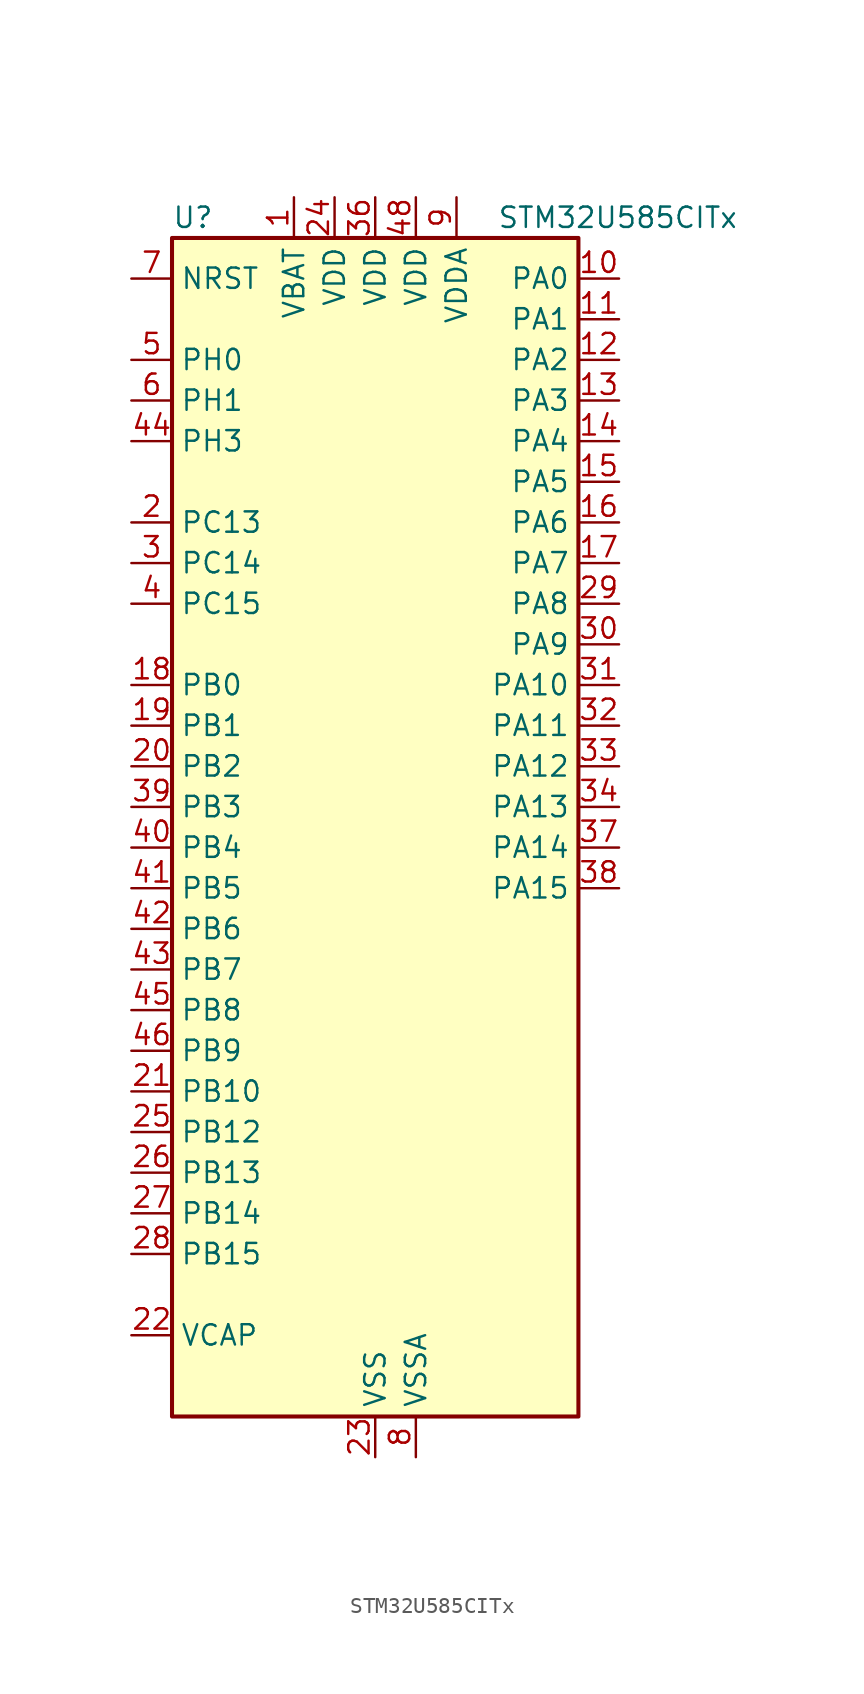
<source format=kicad_sym>
(kicad_symbol_lib
  (version 20211014)
  (generator kicad-library-utils)
  (symbol "STM32U585CITx"
    (property "Reference" "U"
      (at -12.7 39.37 0)
      (effects (font (size 1.27 1.27)) (justify left)))
    (property "Value" "STM32U585CITx"
      (at 7.62 39.37 0)
      (effects (font (size 1.27 1.27)) (justify left)))
    (property "ki_fp_filters" "LQFP*7x7mm*P0.5mm*"
      (at 0.0 0.0 0.0)
      (effects (font (size 1.27 1.27))))
    (symbol "STM32U585CITx_0_1"
      (rectangle (start -12.7 -35.56) (end 12.7 38.1) (stroke (width 0.254)) (fill (type background))))
    (symbol "STM32U585CITx_1_1"
      (pin input line (at -15.24 35.56 0) (length 2.54) (name "NRST" (effects (font (size 1.27 1.27)))) (number "7" (effects (font (size 1.27 1.27)))))
      (pin bidirectional line (at -15.24 30.48 0) (length 2.54) (name "PH0" (effects (font (size 1.27 1.27)))) (number "5" (effects (font (size 1.27 1.27)))) (alternate "RCC_OSC_IN" bidirectional line))
      (pin bidirectional line (at -15.24 27.94 0) (length 2.54) (name "PH1" (effects (font (size 1.27 1.27)))) (number "6" (effects (font (size 1.27 1.27)))) (alternate "RCC_OSC_OUT" bidirectional line))
      (pin bidirectional line (at -15.24 25.4 0) (length 2.54) (name "PH3" (effects (font (size 1.27 1.27)))) (number "44" (effects (font (size 1.27 1.27)))))
      (pin bidirectional line (at -15.24 20.32 0) (length 2.54) (name "PC13" (effects (font (size 1.27 1.27)))) (number "2" (effects (font (size 1.27 1.27)))) (alternate "PWR_WKUP2" bidirectional line) (alternate "RTC_OUT1" bidirectional line) (alternate "RTC_TS" bidirectional line) (alternate "TAMP_IN1" bidirectional line) (alternate "TAMP_OUT2" bidirectional line))
      (pin bidirectional line (at -15.24 17.78 0) (length 2.54) (name "PC14" (effects (font (size 1.27 1.27)))) (number "3" (effects (font (size 1.27 1.27)))) (alternate "RCC_OSC32_IN" bidirectional line))
      (pin bidirectional line (at -15.24 15.24 0) (length 2.54) (name "PC15" (effects (font (size 1.27 1.27)))) (number "4" (effects (font (size 1.27 1.27)))) (alternate "ADC1_EXTI15" bidirectional line) (alternate "ADC4_EXTI15" bidirectional line) (alternate "RCC_OSC32_OUT" bidirectional line))
      (pin bidirectional line (at -15.24 10.16 0) (length 2.54) (name "PB0" (effects (font (size 1.27 1.27)))) (number "18" (effects (font (size 1.27 1.27)))) (alternate "ADC1_IN15" bidirectional line) (alternate "ADC4_IN18" bidirectional line) (alternate "AUDIOCLK" bidirectional line) (alternate "COMP1_OUT" bidirectional line) (alternate "LPTIM3_CH1" bidirectional line) (alternate "OCTOSPIM_P1_IO1" bidirectional line) (alternate "OPAMP2_VOUT" bidirectional line) (alternate "SPI1_NSS" bidirectional line) (alternate "TIM1_CH2N" bidirectional line) (alternate "TIM3_CH3" bidirectional line) (alternate "TIM8_CH2N" bidirectional line) (alternate "USART3_CK" bidirectional line))
      (pin bidirectional line (at -15.24 7.62 0) (length 2.54) (name "PB1" (effects (font (size 1.27 1.27)))) (number "19" (effects (font (size 1.27 1.27)))) (alternate "ADC1_IN16" bidirectional line) (alternate "ADC4_IN19" bidirectional line) (alternate "COMP1_INM" bidirectional line) (alternate "LPTIM2_IN1" bidirectional line) (alternate "LPTIM3_CH2" bidirectional line) (alternate "LPUART1_DE" bidirectional line) (alternate "LPUART1_RTS" bidirectional line) (alternate "MDF1_SDI0" bidirectional line) (alternate "OCTOSPIM_P1_IO0" bidirectional line) (alternate "PWR_WKUP4" bidirectional line) (alternate "TIM1_CH3N" bidirectional line) (alternate "TIM3_CH4" bidirectional line) (alternate "TIM8_CH3N" bidirectional line) (alternate "USART3_DE" bidirectional line) (alternate "USART3_RTS" bidirectional line))
      (pin bidirectional line (at -15.24 5.08 0) (length 2.54) (name "PB2" (effects (font (size 1.27 1.27)))) (number "20" (effects (font (size 1.27 1.27)))) (alternate "ADC1_IN17" bidirectional line) (alternate "COMP1_INP" bidirectional line) (alternate "I2C3_SMBA" bidirectional line) (alternate "LPTIM1_CH1" bidirectional line) (alternate "MDF1_CKI0" bidirectional line) (alternate "OCTOSPIM_P1_DQS" bidirectional line) (alternate "PWR_WKUP1" bidirectional line) (alternate "RTC_OUT2" bidirectional line) (alternate "SPI1_RDY" bidirectional line) (alternate "TIM8_CH4N" bidirectional line) (alternate "UCPD1_FRSTX1" bidirectional line))
      (pin bidirectional line (at -15.24 2.54 0) (length 2.54) (name "PB3" (effects (font (size 1.27 1.27)))) (number "39" (effects (font (size 1.27 1.27)))) (alternate "ADF1_CCK0" bidirectional line) (alternate "COMP2_INM" bidirectional line) (alternate "CRS_SYNC" bidirectional line) (alternate "DEBUG_JTDO-SWO" bidirectional line) (alternate "I2C1_SDA" bidirectional line) (alternate "LPTIM1_CH1" bidirectional line) (alternate "SAI1_SCK_B" bidirectional line) (alternate "SPI1_SCK" bidirectional line) (alternate "SPI3_SCK" bidirectional line) (alternate "TIM2_CH2" bidirectional line) (alternate "USART1_DE" bidirectional line) (alternate "USART1_RTS" bidirectional line))
      (pin bidirectional line (at -15.24 0.0 0) (length 2.54) (name "PB4" (effects (font (size 1.27 1.27)))) (number "40" (effects (font (size 1.27 1.27)))) (alternate "ADF1_SDI0" bidirectional line) (alternate "COMP2_INP" bidirectional line) (alternate "DEBUG_JTRST" bidirectional line) (alternate "I2C3_SDA" bidirectional line) (alternate "LPTIM1_CH2" bidirectional line) (alternate "SAI1_MCLK_B" bidirectional line) (alternate "SPI1_MISO" bidirectional line) (alternate "SPI3_MISO" bidirectional line) (alternate "TIM17_BKIN" bidirectional line) (alternate "TIM3_CH1" bidirectional line) (alternate "TSC_G2_IO1" bidirectional line) (alternate "USART1_CTS" bidirectional line))
      (pin bidirectional line (at -15.24 -2.54 0) (length 2.54) (name "PB5" (effects (font (size 1.27 1.27)))) (number "41" (effects (font (size 1.27 1.27)))) (alternate "COMP2_OUT" bidirectional line) (alternate "I2C1_SMBA" bidirectional line) (alternate "LPTIM1_IN1" bidirectional line) (alternate "OCTOSPIM_P1_NCLK" bidirectional line) (alternate "PWR_WKUP6" bidirectional line) (alternate "SAI1_SD_B" bidirectional line) (alternate "SPI1_MOSI" bidirectional line) (alternate "SPI3_MOSI" bidirectional line) (alternate "TIM16_BKIN" bidirectional line) (alternate "TIM3_CH2" bidirectional line) (alternate "TSC_G2_IO2" bidirectional line) (alternate "UCPD1_DBCC1" bidirectional line) (alternate "USART1_CK" bidirectional line))
      (pin bidirectional line (at -15.24 -5.08 0) (length 2.54) (name "PB6" (effects (font (size 1.27 1.27)))) (number "42" (effects (font (size 1.27 1.27)))) (alternate "COMP2_INP" bidirectional line) (alternate "I2C1_SCL" bidirectional line) (alternate "I2C4_SCL" bidirectional line) (alternate "LPTIM1_ETR" bidirectional line) (alternate "MDF1_SDI5" bidirectional line) (alternate "PWR_WKUP3" bidirectional line) (alternate "SAI1_FS_B" bidirectional line) (alternate "TIM16_CH1N" bidirectional line) (alternate "TIM4_CH1" bidirectional line) (alternate "TIM8_BKIN2" bidirectional line) (alternate "TSC_G2_IO3" bidirectional line) (alternate "USART1_TX" bidirectional line))
      (pin bidirectional line (at -15.24 -7.62 0) (length 2.54) (name "PB7" (effects (font (size 1.27 1.27)))) (number "43" (effects (font (size 1.27 1.27)))) (alternate "COMP2_INM" bidirectional line) (alternate "I2C1_SDA" bidirectional line) (alternate "I2C4_SDA" bidirectional line) (alternate "LPTIM1_IN2" bidirectional line) (alternate "MDF1_CKI5" bidirectional line) (alternate "PWR_PVD_IN" bidirectional line) (alternate "PWR_WKUP4" bidirectional line) (alternate "TIM17_CH1N" bidirectional line) (alternate "TIM4_CH2" bidirectional line) (alternate "TIM8_BKIN" bidirectional line) (alternate "TSC_G2_IO4" bidirectional line) (alternate "UART4_CTS" bidirectional line) (alternate "USART1_RX" bidirectional line))
      (pin bidirectional line (at -15.24 -10.16 0) (length 2.54) (name "PB8" (effects (font (size 1.27 1.27)))) (number "45" (effects (font (size 1.27 1.27)))) (alternate "FDCAN1_RX" bidirectional line) (alternate "I2C1_SCL" bidirectional line) (alternate "MDF1_CCK0" bidirectional line) (alternate "PWR_WKUP5" bidirectional line) (alternate "SAI1_CK1" bidirectional line) (alternate "SAI1_MCLK_A" bidirectional line) (alternate "SPI3_RDY" bidirectional line) (alternate "TIM16_CH1" bidirectional line) (alternate "TIM4_CH3" bidirectional line))
      (pin bidirectional line (at -15.24 -12.7 0) (length 2.54) (name "PB9" (effects (font (size 1.27 1.27)))) (number "46" (effects (font (size 1.27 1.27)))) (alternate "DAC1_EXTI9" bidirectional line) (alternate "FDCAN1_TX" bidirectional line) (alternate "I2C1_SDA" bidirectional line) (alternate "IR_OUT" bidirectional line) (alternate "SAI1_D2" bidirectional line) (alternate "SAI1_FS_A" bidirectional line) (alternate "SPI2_NSS" bidirectional line) (alternate "TIM17_CH1" bidirectional line) (alternate "TIM4_CH4" bidirectional line))
      (pin bidirectional line (at -15.24 -15.24 0) (length 2.54) (name "PB10" (effects (font (size 1.27 1.27)))) (number "21" (effects (font (size 1.27 1.27)))) (alternate "COMP1_OUT" bidirectional line) (alternate "I2C2_SCL" bidirectional line) (alternate "I2C4_SCL" bidirectional line) (alternate "LPTIM3_CH1" bidirectional line) (alternate "LPUART1_RX" bidirectional line) (alternate "OCTOSPIM_P1_CLK" bidirectional line) (alternate "PWR_WKUP8" bidirectional line) (alternate "SAI1_SCK_A" bidirectional line) (alternate "SPI2_SCK" bidirectional line) (alternate "TIM2_CH3" bidirectional line) (alternate "TSC_SYNC" bidirectional line) (alternate "USART3_TX" bidirectional line))
      (pin bidirectional line (at -15.24 -17.78 0) (length 2.54) (name "PB12" (effects (font (size 1.27 1.27)))) (number "25" (effects (font (size 1.27 1.27)))) (alternate "I2C2_SMBA" bidirectional line) (alternate "LPUART1_DE" bidirectional line) (alternate "LPUART1_RTS" bidirectional line) (alternate "MDF1_SDI1" bidirectional line) (alternate "OCTOSPIM_P1_NCLK" bidirectional line) (alternate "SPI2_NSS" bidirectional line) (alternate "TIM15_BKIN" bidirectional line) (alternate "TIM1_BKIN" bidirectional line) (alternate "TSC_G1_IO1" bidirectional line) (alternate "USART3_CK" bidirectional line))
      (pin bidirectional line (at -15.24 -20.32 0) (length 2.54) (name "PB13" (effects (font (size 1.27 1.27)))) (number "26" (effects (font (size 1.27 1.27)))) (alternate "I2C2_SCL" bidirectional line) (alternate "LPTIM3_IN1" bidirectional line) (alternate "LPUART1_CTS" bidirectional line) (alternate "MDF1_CKI1" bidirectional line) (alternate "SPI2_SCK" bidirectional line) (alternate "TIM15_CH1N" bidirectional line) (alternate "TIM1_CH1N" bidirectional line) (alternate "TSC_G1_IO2" bidirectional line) (alternate "USART3_CTS" bidirectional line))
      (pin bidirectional line (at -15.24 -22.86 0) (length 2.54) (name "PB14" (effects (font (size 1.27 1.27)))) (number "27" (effects (font (size 1.27 1.27)))) (alternate "I2C2_SDA" bidirectional line) (alternate "LPTIM3_ETR" bidirectional line) (alternate "MDF1_SDI2" bidirectional line) (alternate "SPI2_MISO" bidirectional line) (alternate "TIM15_CH1" bidirectional line) (alternate "TIM1_CH2N" bidirectional line) (alternate "TIM8_CH2N" bidirectional line) (alternate "TSC_G1_IO3" bidirectional line) (alternate "UCPD1_DBCC2" bidirectional line) (alternate "USART3_DE" bidirectional line) (alternate "USART3_RTS" bidirectional line))
      (pin bidirectional line (at -15.24 -25.4 0) (length 2.54) (name "PB15" (effects (font (size 1.27 1.27)))) (number "28" (effects (font (size 1.27 1.27)))) (alternate "ADC1_EXTI15" bidirectional line) (alternate "ADC4_EXTI15" bidirectional line) (alternate "LPTIM2_IN2" bidirectional line) (alternate "MDF1_CKI2" bidirectional line) (alternate "PWR_WKUP7" bidirectional line) (alternate "RTC_REFIN" bidirectional line) (alternate "SPI2_MOSI" bidirectional line) (alternate "TIM15_CH2" bidirectional line) (alternate "TIM1_CH3N" bidirectional line) (alternate "TIM8_CH3N" bidirectional line) (alternate "UCPD1_CC2" bidirectional line))
      (pin power_out line (at -15.24 -30.48 0) (length 2.54) (name "VCAP" (effects (font (size 1.27 1.27)))) (number "22" (effects (font (size 1.27 1.27)))))
      (pin bidirectional line (at 15.24 35.56 180) (length 2.54) (name "PA0" (effects (font (size 1.27 1.27)))) (number "10" (effects (font (size 1.27 1.27)))) (alternate "ADC1_IN5" bidirectional line) (alternate "AUDIOCLK" bidirectional line) (alternate "OCTOSPIM_P2_NCS" bidirectional line) (alternate "OPAMP1_VINP" bidirectional line) (alternate "PWR_WKUP1" bidirectional line) (alternate "SPI3_RDY" bidirectional line) (alternate "TAMP_IN2" bidirectional line) (alternate "TAMP_OUT1" bidirectional line) (alternate "TIM2_CH1" bidirectional line) (alternate "TIM2_ETR" bidirectional line) (alternate "TIM5_CH1" bidirectional line) (alternate "TIM8_ETR" bidirectional line) (alternate "UART4_TX" bidirectional line) (alternate "USART2_CTS" bidirectional line))
      (pin bidirectional line (at 15.24 33.02 180) (length 2.54) (name "PA1" (effects (font (size 1.27 1.27)))) (number "11" (effects (font (size 1.27 1.27)))) (alternate "ADC1_IN6" bidirectional line) (alternate "I2C1_SMBA" bidirectional line) (alternate "LPTIM1_CH2" bidirectional line) (alternate "OCTOSPIM_P1_DQS" bidirectional line) (alternate "OPAMP1_VINM" bidirectional line) (alternate "PWR_WKUP3" bidirectional line) (alternate "SPI1_SCK" bidirectional line) (alternate "TAMP_IN5" bidirectional line) (alternate "TAMP_OUT4" bidirectional line) (alternate "TIM15_CH1N" bidirectional line) (alternate "TIM2_CH2" bidirectional line) (alternate "TIM5_CH2" bidirectional line) (alternate "UART4_RX" bidirectional line) (alternate "USART2_DE" bidirectional line) (alternate "USART2_RTS" bidirectional line))
      (pin bidirectional line (at 15.24 30.48 180) (length 2.54) (name "PA2" (effects (font (size 1.27 1.27)))) (number "12" (effects (font (size 1.27 1.27)))) (alternate "ADC1_IN7" bidirectional line) (alternate "COMP1_INP" bidirectional line) (alternate "LPUART1_TX" bidirectional line) (alternate "OCTOSPIM_P1_NCS" bidirectional line) (alternate "PWR_WKUP4" bidirectional line) (alternate "RCC_LSCO" bidirectional line) (alternate "SPI1_RDY" bidirectional line) (alternate "TIM15_CH1" bidirectional line) (alternate "TIM2_CH3" bidirectional line) (alternate "TIM5_CH3" bidirectional line) (alternate "UCPD1_FRSTX1" bidirectional line) (alternate "USART2_TX" bidirectional line))
      (pin bidirectional line (at 15.24 27.94 180) (length 2.54) (name "PA3" (effects (font (size 1.27 1.27)))) (number "13" (effects (font (size 1.27 1.27)))) (alternate "ADC1_IN8" bidirectional line) (alternate "LPUART1_RX" bidirectional line) (alternate "OCTOSPIM_P1_CLK" bidirectional line) (alternate "OPAMP1_VOUT" bidirectional line) (alternate "PWR_WKUP5" bidirectional line) (alternate "SAI1_CK1" bidirectional line) (alternate "SAI1_MCLK_A" bidirectional line) (alternate "TIM15_CH2" bidirectional line) (alternate "TIM2_CH4" bidirectional line) (alternate "TIM5_CH4" bidirectional line) (alternate "USART2_RX" bidirectional line))
      (pin bidirectional line (at 15.24 25.4 180) (length 2.54) (name "PA4" (effects (font (size 1.27 1.27)))) (number "14" (effects (font (size 1.27 1.27)))) (alternate "ADC1_IN9" bidirectional line) (alternate "ADC4_IN9" bidirectional line) (alternate "DAC1_OUT1" bidirectional line) (alternate "LPTIM2_CH1" bidirectional line) (alternate "OCTOSPIM_P1_NCS" bidirectional line) (alternate "PWR_WKUP2" bidirectional line) (alternate "SAI1_FS_B" bidirectional line) (alternate "SPI1_NSS" bidirectional line) (alternate "SPI3_NSS" bidirectional line) (alternate "USART2_CK" bidirectional line))
      (pin bidirectional line (at 15.24 22.86 180) (length 2.54) (name "PA5" (effects (font (size 1.27 1.27)))) (number "15" (effects (font (size 1.27 1.27)))) (alternate "ADC1_IN10" bidirectional line) (alternate "ADC4_IN10" bidirectional line) (alternate "DAC1_OUT2" bidirectional line) (alternate "LPTIM2_ETR" bidirectional line) (alternate "PWR_CSLEEP" bidirectional line) (alternate "PWR_WKUP6" bidirectional line) (alternate "SPI1_SCK" bidirectional line) (alternate "TIM2_CH1" bidirectional line) (alternate "TIM2_ETR" bidirectional line) (alternate "TIM8_CH1N" bidirectional line) (alternate "USART3_RX" bidirectional line))
      (pin bidirectional line (at 15.24 20.32 180) (length 2.54) (name "PA6" (effects (font (size 1.27 1.27)))) (number "16" (effects (font (size 1.27 1.27)))) (alternate "ADC1_IN11" bidirectional line) (alternate "ADC4_IN11" bidirectional line) (alternate "LPUART1_CTS" bidirectional line) (alternate "OCTOSPIM_P1_IO3" bidirectional line) (alternate "OPAMP2_VINP" bidirectional line) (alternate "PWR_CDSTOP" bidirectional line) (alternate "PWR_WKUP7" bidirectional line) (alternate "SPI1_MISO" bidirectional line) (alternate "TIM16_CH1" bidirectional line) (alternate "TIM1_BKIN" bidirectional line) (alternate "TIM3_CH1" bidirectional line) (alternate "TIM8_BKIN" bidirectional line) (alternate "USART3_CTS" bidirectional line))
      (pin bidirectional line (at 15.24 17.78 180) (length 2.54) (name "PA7" (effects (font (size 1.27 1.27)))) (number "17" (effects (font (size 1.27 1.27)))) (alternate "ADC1_IN12" bidirectional line) (alternate "ADC4_IN20" bidirectional line) (alternate "I2C3_SCL" bidirectional line) (alternate "LPTIM2_CH2" bidirectional line) (alternate "OCTOSPIM_P1_IO2" bidirectional line) (alternate "OPAMP2_VINM" bidirectional line) (alternate "PWR_SRDSTOP" bidirectional line) (alternate "PWR_WKUP8" bidirectional line) (alternate "SPI1_MOSI" bidirectional line) (alternate "TIM17_CH1" bidirectional line) (alternate "TIM1_CH1N" bidirectional line) (alternate "TIM3_CH2" bidirectional line) (alternate "TIM8_CH1N" bidirectional line) (alternate "USART3_TX" bidirectional line))
      (pin bidirectional line (at 15.24 15.24 180) (length 2.54) (name "PA8" (effects (font (size 1.27 1.27)))) (number "29" (effects (font (size 1.27 1.27)))) (alternate "DEBUG_TRACECLK" bidirectional line) (alternate "LPTIM2_CH1" bidirectional line) (alternate "RCC_MCO" bidirectional line) (alternate "SAI1_CK2" bidirectional line) (alternate "SAI1_SCK_A" bidirectional line) (alternate "SPI1_RDY" bidirectional line) (alternate "TIM1_CH1" bidirectional line) (alternate "USART1_CK" bidirectional line) (alternate "USB_OTG_FS_SOF" bidirectional line))
      (pin bidirectional line (at 15.24 12.7 180) (length 2.54) (name "PA9" (effects (font (size 1.27 1.27)))) (number "30" (effects (font (size 1.27 1.27)))) (alternate "DAC1_EXTI9" bidirectional line) (alternate "SAI1_FS_A" bidirectional line) (alternate "SPI2_SCK" bidirectional line) (alternate "TIM15_BKIN" bidirectional line) (alternate "TIM1_CH2" bidirectional line) (alternate "USART1_TX" bidirectional line) (alternate "USB_OTG_FS_VBUS" bidirectional line))
      (pin bidirectional line (at 15.24 10.16 180) (length 2.54) (name "PA10" (effects (font (size 1.27 1.27)))) (number "31" (effects (font (size 1.27 1.27)))) (alternate "CRS_SYNC" bidirectional line) (alternate "LPTIM2_IN2" bidirectional line) (alternate "SAI1_D1" bidirectional line) (alternate "SAI1_SD_A" bidirectional line) (alternate "TIM17_BKIN" bidirectional line) (alternate "TIM1_CH3" bidirectional line) (alternate "USART1_RX" bidirectional line) (alternate "USB_OTG_FS_ID" bidirectional line))
      (pin bidirectional line (at 15.24 7.62 180) (length 2.54) (name "PA11" (effects (font (size 1.27 1.27)))) (number "32" (effects (font (size 1.27 1.27)))) (alternate "ADC1_EXTI11" bidirectional line) (alternate "FDCAN1_RX" bidirectional line) (alternate "SPI1_MISO" bidirectional line) (alternate "TIM1_BKIN2" bidirectional line) (alternate "TIM1_CH4" bidirectional line) (alternate "USART1_CTS" bidirectional line) (alternate "USB_OTG_FS_DM" bidirectional line))
      (pin bidirectional line (at 15.24 5.08 180) (length 2.54) (name "PA12" (effects (font (size 1.27 1.27)))) (number "33" (effects (font (size 1.27 1.27)))) (alternate "FDCAN1_TX" bidirectional line) (alternate "OCTOSPIM_P2_NCS" bidirectional line) (alternate "SPI1_MOSI" bidirectional line) (alternate "TIM1_ETR" bidirectional line) (alternate "USART1_DE" bidirectional line) (alternate "USART1_RTS" bidirectional line) (alternate "USB_OTG_FS_DP" bidirectional line))
      (pin bidirectional line (at 15.24 2.54 180) (length 2.54) (name "PA13" (effects (font (size 1.27 1.27)))) (number "34" (effects (font (size 1.27 1.27)))) (alternate "DEBUG_JTMS-SWDIO" bidirectional line) (alternate "IR_OUT" bidirectional line) (alternate "SAI1_SD_B" bidirectional line) (alternate "USB_OTG_FS_NOE" bidirectional line))
      (pin bidirectional line (at 15.24 0.0 180) (length 2.54) (name "PA14" (effects (font (size 1.27 1.27)))) (number "37" (effects (font (size 1.27 1.27)))) (alternate "DEBUG_JTCK-SWCLK" bidirectional line) (alternate "I2C1_SMBA" bidirectional line) (alternate "I2C4_SMBA" bidirectional line) (alternate "LPTIM1_CH1" bidirectional line) (alternate "SAI1_FS_B" bidirectional line) (alternate "USB_OTG_FS_SOF" bidirectional line))
      (pin bidirectional line (at 15.24 -2.54 180) (length 2.54) (name "PA15" (effects (font (size 1.27 1.27)))) (number "38" (effects (font (size 1.27 1.27)))) (alternate "ADC1_EXTI15" bidirectional line) (alternate "ADC4_EXTI15" bidirectional line) (alternate "DEBUG_JTDI" bidirectional line) (alternate "SPI1_NSS" bidirectional line) (alternate "SPI3_NSS" bidirectional line) (alternate "TIM2_CH1" bidirectional line) (alternate "TIM2_ETR" bidirectional line) (alternate "UART4_DE" bidirectional line) (alternate "UART4_RTS" bidirectional line) (alternate "UCPD1_CC1" bidirectional line) (alternate "USART2_RX" bidirectional line) (alternate "USART3_DE" bidirectional line) (alternate "USART3_RTS" bidirectional line))
      (pin power_in line (at -5.08 40.64 270) (length 2.54) (name "VBAT" (effects (font (size 1.27 1.27)))) (number "1" (effects (font (size 1.27 1.27)))))
      (pin power_in line (at -2.54 40.64 270) (length 2.54) (name "VDD" (effects (font (size 1.27 1.27)))) (number "24" (effects (font (size 1.27 1.27)))))
      (pin power_in line (at 0.0 40.64 270) (length 2.54) (name "VDD" (effects (font (size 1.27 1.27)))) (number "36" (effects (font (size 1.27 1.27)))))
      (pin power_in line (at 2.54 40.64 270) (length 2.54) (name "VDD" (effects (font (size 1.27 1.27)))) (number "48" (effects (font (size 1.27 1.27)))))
      (pin power_in line (at 5.08 40.64 270) (length 2.54) (name "VDDA" (effects (font (size 1.27 1.27)))) (number "9" (effects (font (size 1.27 1.27)))))
      (pin power_in line (at 0.0 -38.1 90) (length 2.54) (name "VSS" (effects (font (size 1.27 1.27)))) (number "23" (effects (font (size 1.27 1.27)))))
      (pin passive line (at 0.0 -38.1 90) (length 2.54) hide (name "VSS" (effects (font (size 1.27 1.27)))) (number "35" (effects (font (size 1.27 1.27)))))
      (pin passive line (at 0.0 -38.1 90) (length 2.54) hide (name "VSS" (effects (font (size 1.27 1.27)))) (number "47" (effects (font (size 1.27 1.27)))))
      (pin power_in line (at 2.54 -38.1 90) (length 2.54) (name "VSSA" (effects (font (size 1.27 1.27)))) (number "8" (effects (font (size 1.27 1.27))))))))
</source>
